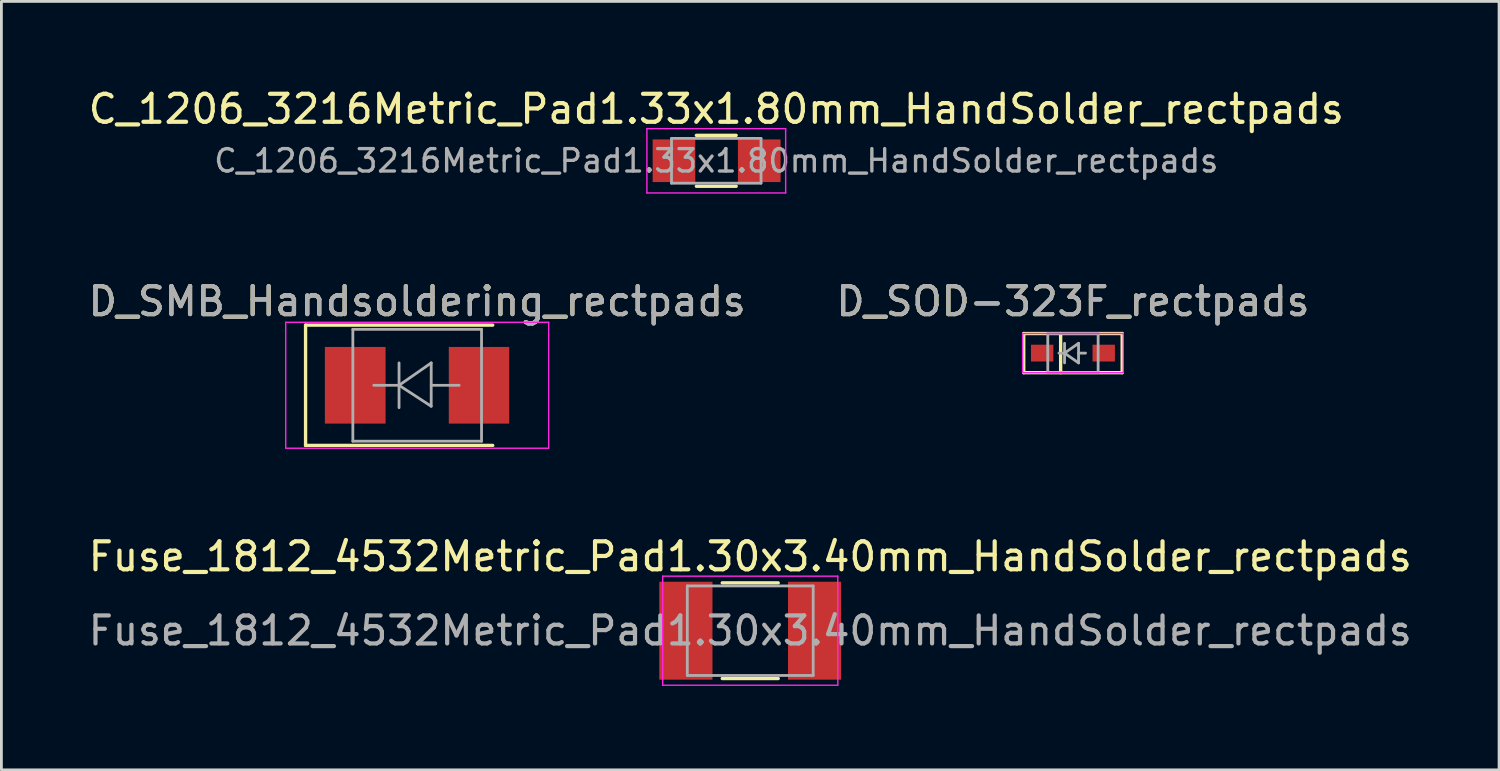
<source format=kicad_pcb>
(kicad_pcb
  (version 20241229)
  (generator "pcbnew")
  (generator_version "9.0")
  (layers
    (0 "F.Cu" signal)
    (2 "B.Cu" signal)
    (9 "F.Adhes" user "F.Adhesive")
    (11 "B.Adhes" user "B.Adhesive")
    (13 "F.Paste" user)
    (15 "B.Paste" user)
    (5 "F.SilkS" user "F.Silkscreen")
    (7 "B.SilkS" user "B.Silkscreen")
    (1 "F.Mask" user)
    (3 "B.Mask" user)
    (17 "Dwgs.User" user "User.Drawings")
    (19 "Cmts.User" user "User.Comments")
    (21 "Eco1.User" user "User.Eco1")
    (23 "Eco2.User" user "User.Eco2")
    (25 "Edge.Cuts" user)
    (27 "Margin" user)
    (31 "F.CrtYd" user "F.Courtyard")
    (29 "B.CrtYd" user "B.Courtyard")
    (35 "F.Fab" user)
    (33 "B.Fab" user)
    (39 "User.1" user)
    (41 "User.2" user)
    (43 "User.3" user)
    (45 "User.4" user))
  (footprint "C_1206_3216Metric_Pad1.33x1.80mm_HandSolder_rectpads"
    (layer "F.Cu")
    (at 22.554 2.698)
    (property "Reference" "C_1206_3216Metric_Pad1.33x1.80mm_HandSolder_rectpads" (at 0 -1.85 180) (layer "F.SilkS") (effects (font (size 1 1) (thickness 0.15))))
    (attr smd)
    (fp_line (start -0.711 -0.91) (end 0.711 -0.91) (stroke (width 0.12) (type solid)) (layer "F.SilkS"))
    (fp_line (start -0.711 0.91) (end 0.711 0.91) (stroke (width 0.12) (type solid)) (layer "F.SilkS"))
    (fp_line (start -2.48 -1.15) (end 2.48 -1.15) (stroke (width 0.05) (type solid)) (layer "F.CrtYd"))
    (fp_line (start -2.48 1.15) (end -2.48 -1.15) (stroke (width 0.05) (type solid)) (layer "F.CrtYd"))
    (fp_line (start 2.48 -1.15) (end 2.48 1.15) (stroke (width 0.05) (type solid)) (layer "F.CrtYd"))
    (fp_line (start 2.48 1.15) (end -2.48 1.15) (stroke (width 0.05) (type solid)) (layer "F.CrtYd"))
    (fp_line (start -1.6 -0.8) (end 1.6 -0.8) (stroke (width 0.1) (type solid)) (layer "F.Fab"))
    (fp_line (start -1.6 0.8) (end -1.6 -0.8) (stroke (width 0.1) (type solid)) (layer "F.Fab"))
    (fp_line (start 1.6 -0.8) (end 1.6 0.8) (stroke (width 0.1) (type solid)) (layer "F.Fab"))
    (fp_line (start 1.6 0.8) (end -1.6 0.8) (stroke (width 0.1) (type solid)) (layer "F.Fab"))
    (fp_text user "${REFERENCE}" (at 0 0 180) (layer "F.Fab") (effects (font (size 0.8 0.8) (thickness 0.12))))
    (pad "1" smd rect (at -1.512 -0.002) (size 1.524 1.524) (layers "F.Cu" "F.Mask" "F.Paste"))
    (pad "2" smd rect (at 1.536 -0.002) (size 1.524 1.524) (layers "F.Cu" "F.Mask" "F.Paste")))
  (footprint "D_SOD-323F_rectpads"
    (layer "F.Cu")
    (at 35.304 9.572)
    (property "Reference" "D_SOD-323F_rectpads" (at 0 -1.85 180) (layer "F.SilkS") (effects (font (size 1 1) (thickness 0.15))))
    (attr smd)
    (fp_line (start -1.76 -0.7) (end -1.76 0.7) (stroke (width 0.12) (type solid)) (layer "F.SilkS"))
    (fp_line (start -1.76 -0.7) (end 1.76 -0.7) (stroke (width 0.12) (type solid)) (layer "F.SilkS"))
    (fp_line (start -1.76 0.7) (end 1.76 0.7) (stroke (width 0.12) (type solid)) (layer "F.SilkS"))
    (fp_line (start -0.44 -0.7) (end -0.44 0.7) (stroke (width 0.12) (type solid)) (layer "F.SilkS"))
    (fp_line (start 1.76 -0.7) (end 1.76 0.7) (stroke (width 0.12) (type solid)) (layer "F.SilkS"))
    (fp_line (start -1.8 -0.7) (end -1.8 0.7) (stroke (width 0.05) (type solid)) (layer "F.CrtYd"))
    (fp_line (start -1.8 -0.7) (end 1.8 -0.7) (stroke (width 0.05) (type solid)) (layer "F.CrtYd"))
    (fp_line (start -1.8 0.7) (end 1.8 0.7) (stroke (width 0.05) (type solid)) (layer "F.CrtYd"))
    (fp_line (start 1.8 -0.7) (end 1.8 0.7) (stroke (width 0.05) (type solid)) (layer "F.CrtYd"))
    (fp_line (start -0.9 -0.7) (end 0.9 -0.7) (stroke (width 0.1) (type solid)) (layer "F.Fab"))
    (fp_line (start -0.9 0.7) (end -0.9 -0.7) (stroke (width 0.1) (type solid)) (layer "F.Fab"))
    (fp_line (start -0.3 -0.35) (end -0.3 0.35) (stroke (width 0.1) (type solid)) (layer "F.Fab"))
    (fp_line (start -0.3 0) (end -0.5 0) (stroke (width 0.1) (type solid)) (layer "F.Fab"))
    (fp_line (start -0.3 0) (end 0.2 -0.35) (stroke (width 0.1) (type solid)) (layer "F.Fab"))
    (fp_line (start 0.2 -0.35) (end 0.2 0.35) (stroke (width 0.1) (type solid)) (layer "F.Fab"))
    (fp_line (start 0.2 0) (end 0.45 0) (stroke (width 0.1) (type solid)) (layer "F.Fab"))
    (fp_line (start 0.2 0.35) (end -0.3 0) (stroke (width 0.1) (type solid)) (layer "F.Fab"))
    (fp_line (start 0.9 -0.7) (end 0.9 0.7) (stroke (width 0.1) (type solid)) (layer "F.Fab"))
    (fp_line (start 0.9 0.7) (end -0.9 0.7) (stroke (width 0.1) (type solid)) (layer "F.Fab"))
    (fp_text user "${REFERENCE}" (at 0 -1.85 180) (layer "F.Fab") (effects (font (size 1 1) (thickness 0.15))))
    (pad "1" smd rect (at -1.1 0) (size 0.8 0.6) (layers "F.Cu" "F.Mask" "F.Paste"))
    (pad "2" smd rect (at 1.1 0) (size 0.8 0.6) (layers "F.Cu" "F.Mask" "F.Paste")))
  (footprint "D_SMB_Handsoldering_rectpads"
    (layer "F.Cu")
    (at 11.863 10.722)
    (property "Reference" "D_SMB_Handsoldering_rectpads" (at 0 -3 0) (layer "F.SilkS") (effects (font (size 1 1) (thickness 0.15))))
    (attr smd)
    (fp_line (start -3.99 -2.15) (end -3.99 2.15) (stroke (width 0.12) (type solid)) (layer "F.SilkS"))
    (fp_line (start -3.99 -2.15) (end 2.7 -2.15) (stroke (width 0.12) (type solid)) (layer "F.SilkS"))
    (fp_line (start -3.99 2.15) (end 2.7 2.15) (stroke (width 0.12) (type solid)) (layer "F.SilkS"))
    (fp_line (start -4.7 -2.25) (end 4.7 -2.25) (stroke (width 0.05) (type solid)) (layer "F.CrtYd"))
    (fp_line (start -4.7 2.25) (end -4.7 -2.25) (stroke (width 0.05) (type solid)) (layer "F.CrtYd"))
    (fp_line (start 4.7 -2.25) (end 4.7 2.25) (stroke (width 0.05) (type solid)) (layer "F.CrtYd"))
    (fp_line (start 4.7 2.25) (end -4.7 2.25) (stroke (width 0.05) (type solid)) (layer "F.CrtYd"))
    (fp_line (start -2.3 2) (end -2.3 -2) (stroke (width 0.1) (type solid)) (layer "F.Fab"))
    (fp_line (start -0.649 -0.799) (end -0.649 0.801) (stroke (width 0.1) (type solid)) (layer "F.Fab"))
    (fp_line (start -0.649 0.001) (end -1.551 0.001) (stroke (width 0.1) (type solid)) (layer "F.Fab"))
    (fp_line (start -0.649 0.001) (end 0.501 -0.799) (stroke (width 0.1) (type solid)) (layer "F.Fab"))
    (fp_line (start -0.649 0.001) (end 0.501 0.75) (stroke (width 0.1) (type solid)) (layer "F.Fab"))
    (fp_line (start 0.501 0.001) (end 1.499 0.001) (stroke (width 0.1) (type solid)) (layer "F.Fab"))
    (fp_line (start 0.501 0.75) (end 0.501 -0.799) (stroke (width 0.1) (type solid)) (layer "F.Fab"))
    (fp_line (start 2.3 -2) (end -2.3 -2) (stroke (width 0.1) (type solid)) (layer "F.Fab"))
    (fp_line (start 2.3 -2) (end 2.3 2) (stroke (width 0.1) (type solid)) (layer "F.Fab"))
    (fp_line (start 2.3 2) (end -2.3 2) (stroke (width 0.1) (type solid)) (layer "F.Fab"))
    (fp_text user "${REFERENCE}" (at 0 -3 0) (layer "F.Fab") (effects (font (size 1 1) (thickness 0.15))))
    (pad "1" smd rect (at -2.215 0) (size 2.17 2.74) (layers "F.Cu" "F.Mask" "F.Paste"))
    (pad "2" smd rect (at 2.21 -0.000001) (size 2.16 2.74) (layers "F.Cu" "F.Mask" "F.Paste")))
  (footprint "Fuse_1812_4532Metric_Pad1.30x3.40mm_HandSolder_rectpads"
    (layer "F.Cu")
    (at 23.768 19.495)
    (property "Reference" "Fuse_1812_4532Metric_Pad1.30x3.40mm_HandSolder_rectpads" (at 0 -2.65 0) (layer "F.SilkS") (effects (font (size 1 1) (thickness 0.15))))
    (attr smd)
    (fp_line (start -1 -1.71) (end 1 -1.71) (stroke (width 0.12) (type solid)) (layer "F.SilkS"))
    (fp_line (start -1 1.71) (end 1 1.71) (stroke (width 0.12) (type solid)) (layer "F.SilkS"))
    (fp_line (start -3.13 -1.95) (end 3.13 -1.95) (stroke (width 0.05) (type solid)) (layer "F.CrtYd"))
    (fp_line (start -3.13 1.95) (end -3.13 -1.95) (stroke (width 0.05) (type solid)) (layer "F.CrtYd"))
    (fp_line (start 3.13 -1.95) (end 3.13 1.95) (stroke (width 0.05) (type solid)) (layer "F.CrtYd"))
    (fp_line (start 3.13 1.95) (end -3.13 1.95) (stroke (width 0.05) (type solid)) (layer "F.CrtYd"))
    (fp_line (start -2.25 -1.6) (end 2.25 -1.6) (stroke (width 0.1) (type solid)) (layer "F.Fab"))
    (fp_line (start -2.25 1.6) (end -2.25 -1.6) (stroke (width 0.1) (type solid)) (layer "F.Fab"))
    (fp_line (start 2.25 -1.6) (end 2.25 1.6) (stroke (width 0.1) (type solid)) (layer "F.Fab"))
    (fp_line (start 2.25 1.6) (end -2.25 1.6) (stroke (width 0.1) (type solid)) (layer "F.Fab"))
    (fp_text user "${REFERENCE}" (at 0 0 0) (layer "F.Fab") (effects (font (size 1 1) (thickness 0.15))))
    (pad "1" smd rect (at -2.3 0.000002) (size 1.9 3.5) (layers "F.Cu" "F.Mask" "F.Paste"))
    (pad "2" smd rect (at 2.3 0) (size 1.9 3.5) (layers "F.Cu" "F.Mask" "F.Paste")))
  (gr_rect
    (start -3 -3)
    (end 50.536 24.47)
    (stroke (width 0.1) (type default))
    (fill no)
    (layer "Edge.Cuts")))
</source>
